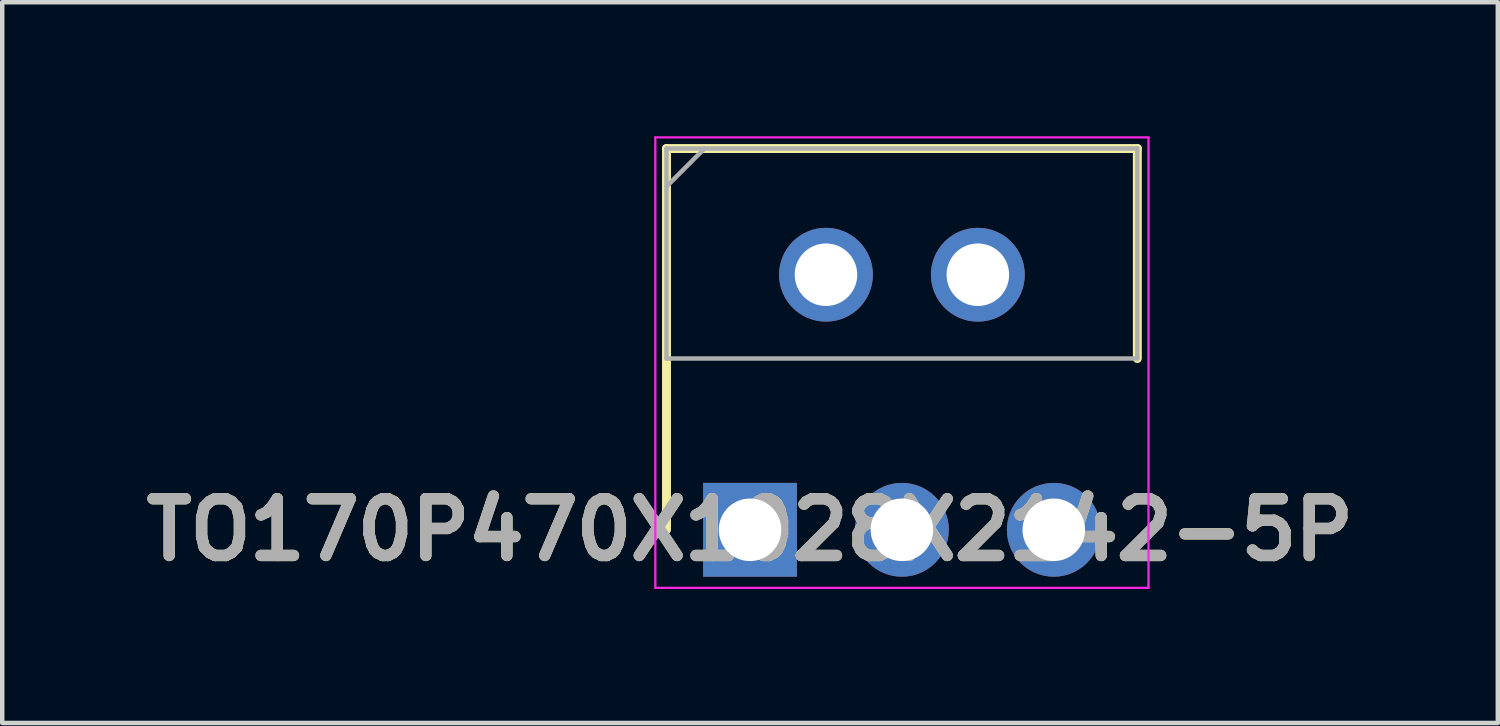
<source format=kicad_pcb>
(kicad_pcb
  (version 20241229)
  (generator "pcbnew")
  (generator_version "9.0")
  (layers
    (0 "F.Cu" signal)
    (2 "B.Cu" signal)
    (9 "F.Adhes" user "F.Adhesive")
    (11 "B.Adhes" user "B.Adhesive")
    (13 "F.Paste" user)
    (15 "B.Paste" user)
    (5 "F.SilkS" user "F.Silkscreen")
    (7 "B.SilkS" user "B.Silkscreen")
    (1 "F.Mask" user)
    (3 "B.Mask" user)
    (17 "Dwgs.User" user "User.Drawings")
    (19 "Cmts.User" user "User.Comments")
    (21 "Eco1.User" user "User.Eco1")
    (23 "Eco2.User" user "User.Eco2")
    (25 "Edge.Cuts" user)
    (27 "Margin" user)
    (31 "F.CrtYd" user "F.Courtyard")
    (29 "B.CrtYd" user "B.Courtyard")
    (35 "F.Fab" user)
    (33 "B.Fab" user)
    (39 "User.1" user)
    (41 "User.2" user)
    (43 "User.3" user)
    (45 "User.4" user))
  (footprint "TO170P470X1028X2142-5P"
    (layer "F.Cu")
    (at 13.74 8.81)
    (property "Reference" "TO170P470X1028X2142-5P" (at 0 0 0) (layer "F.SilkS") (effects (font (size 1.27 1.27) (thickness 0.254))))
    (attr through_hole)
    (fp_line (start -1.87 -8.535) (end -1.87 0) (stroke (width 0.2) (type solid)) (layer "F.SilkS"))
    (fp_line (start 8.67 -8.535) (end -1.87 -8.535) (stroke (width 0.2) (type solid)) (layer "F.SilkS"))
    (fp_line (start 8.67 -3.835) (end 8.67 -8.535) (stroke (width 0.2) (type solid)) (layer "F.SilkS"))
    (fp_line (start -2.12 -8.785) (end 8.92 -8.785) (stroke (width 0.05) (type solid)) (layer "F.CrtYd"))
    (fp_line (start -2.12 1.3) (end -2.12 -8.785) (stroke (width 0.05) (type solid)) (layer "F.CrtYd"))
    (fp_line (start 8.92 -8.785) (end 8.92 1.3) (stroke (width 0.05) (type solid)) (layer "F.CrtYd"))
    (fp_line (start 8.92 1.3) (end -2.12 1.3) (stroke (width 0.05) (type solid)) (layer "F.CrtYd"))
    (fp_line (start -1.87 -8.535) (end 8.67 -8.535) (stroke (width 0.1) (type solid)) (layer "F.Fab"))
    (fp_line (start -1.87 -7.685) (end -1.02 -8.535) (stroke (width 0.1) (type solid)) (layer "F.Fab"))
    (fp_line (start -1.87 -3.835) (end -1.87 -8.535) (stroke (width 0.1) (type solid)) (layer "F.Fab"))
    (fp_line (start 8.67 -8.535) (end 8.67 -3.835) (stroke (width 0.1) (type solid)) (layer "F.Fab"))
    (fp_line (start 8.67 -3.835) (end -1.87 -3.835) (stroke (width 0.1) (type solid)) (layer "F.Fab"))
    (fp_text user "${REFERENCE}" (at 0 0 0) (layer "F.Fab") (effects (font (size 1.27 1.27) (thickness 0.254))))
    (pad "1" thru_hole rect (at 0 0) (size 2.1 2.1) (drill 1.4) (layers "*.Cu" "*.Mask"))
    (pad "2" thru_hole circle (at 1.7 -5.71) (size 2.1 2.1) (drill 1.4) (layers "*.Cu" "*.Mask"))
    (pad "3" thru_hole circle (at 3.4 0) (size 2.1 2.1) (drill 1.4) (layers "*.Cu" "*.Mask"))
    (pad "4" thru_hole circle (at 5.1 -5.71) (size 2.1 2.1) (drill 1.4) (layers "*.Cu" "*.Mask"))
    (pad "5" thru_hole circle (at 6.8 0) (size 2.1 2.1) (drill 1.4) (layers "*.Cu" "*.Mask")))
  (gr_rect
    (start -3 -3)
    (end 30.48 13.135)
    (stroke (width 0.1) (type default))
    (fill no)
    (layer "Edge.Cuts")))
</source>
